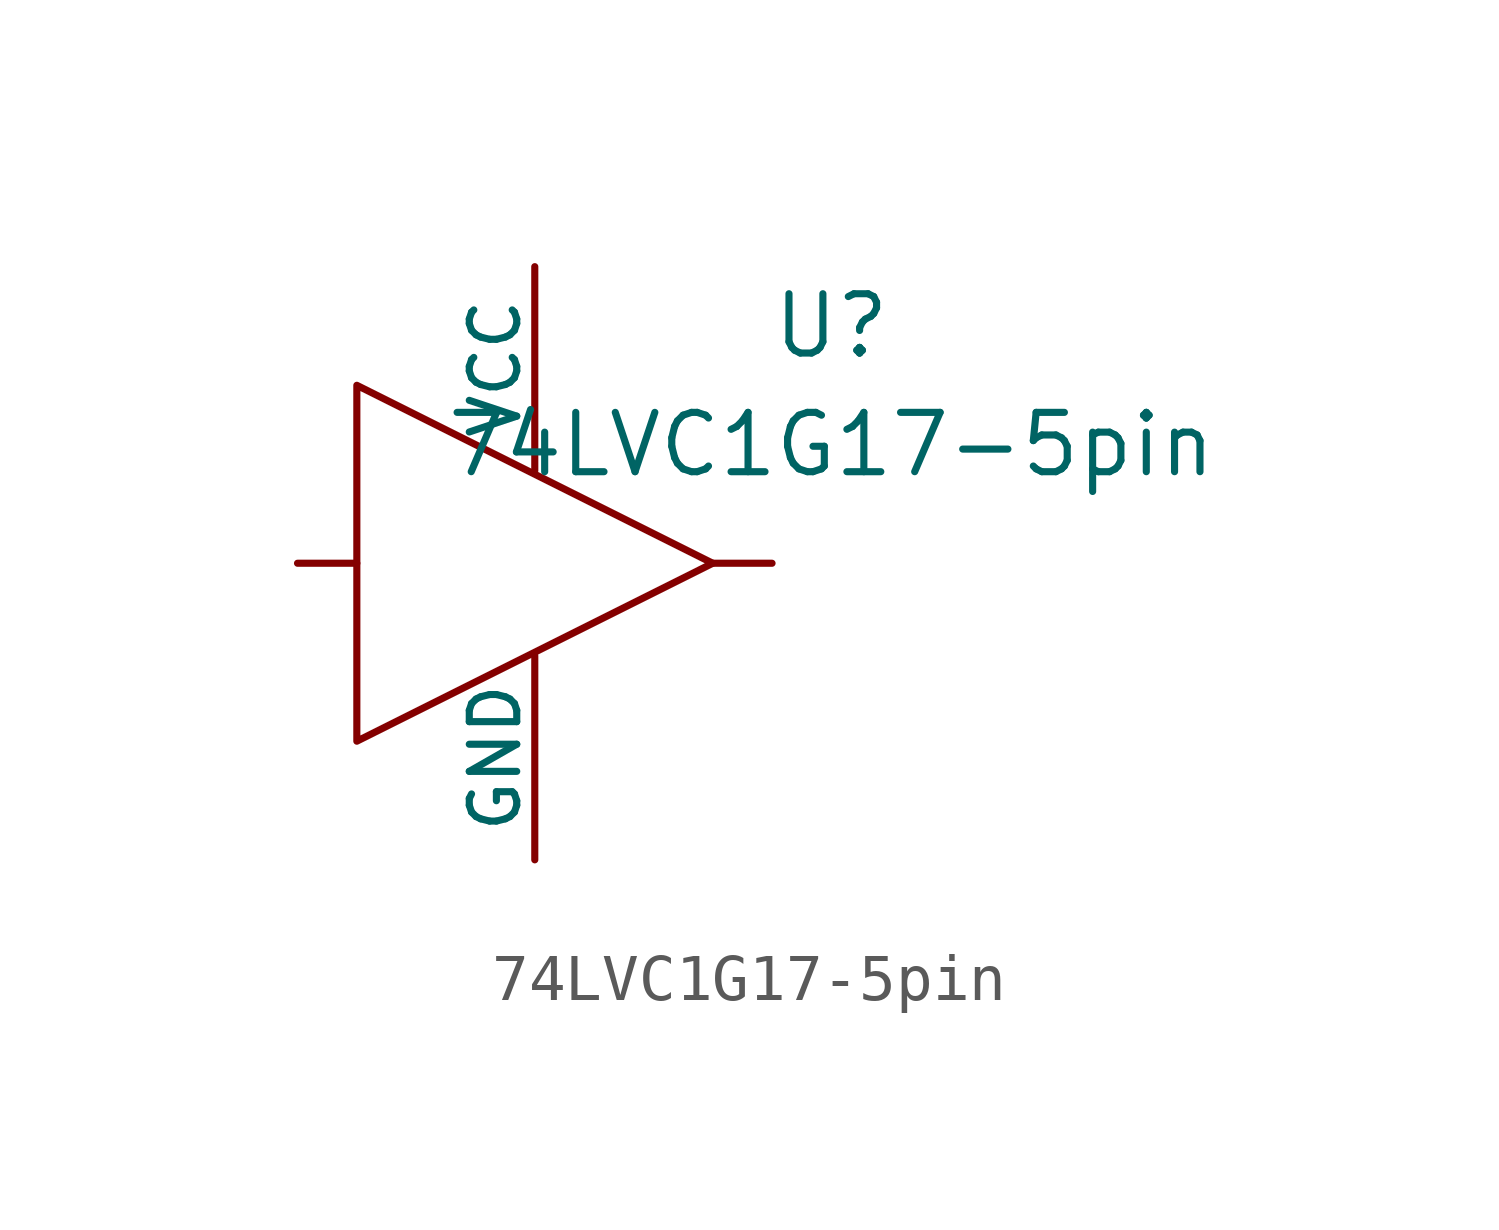
<source format=kicad_sym>
(kicad_symbol_lib
  (version 20211014)
  (generator kicad_symbol_editor)
  (symbol "74LVC1G17-5pin"
    (pin_numbers hide)
    (pin_names
      (offset 0))
    (property "Reference" "U"
      (at 6.35 5.08 0)
      (effects (font (size 1.27 1.27))))
    (property "Value" "74LVC1G17-5pin"
      (at 6.35 2.54 0)
      (effects (font (size 1.27 1.27))))
    (symbol "74LVC1G17-5pin_0_1"
      (polyline (pts (xy -3.81 3.81) (xy -3.81 -3.81) (xy 3.81 0) (xy -3.81 3.81)) (stroke (width 0) (type default) (color 0 0 0 0)) (fill (type none))))
    (symbol "74LVC1G17-5pin_1_1"
      (pin input line (at -5.08 0 0) (length 1.27) (name "~" (effects (font (size 1.27 1.27)))) (number "2" (effects (font (size 1.27 1.27)))))
      (pin power_in line (at 0 -6.35 90) (length 4.369) (name "GND" (effects (font (size 1.016 1.016)))) (number "3" (effects (font (size 1.016 1.016)))))
      (pin output line (at 5.08 0 180) (length 1.27) (name "~" (effects (font (size 1.27 1.27)))) (number "4" (effects (font (size 1.27 1.27)))))
      (pin power_in line (at 0 6.35 270) (length 4.369) (name "VCC" (effects (font (size 1.016 1.016)))) (number "5" (effects (font (size 1.016 1.016))))))))
</source>
